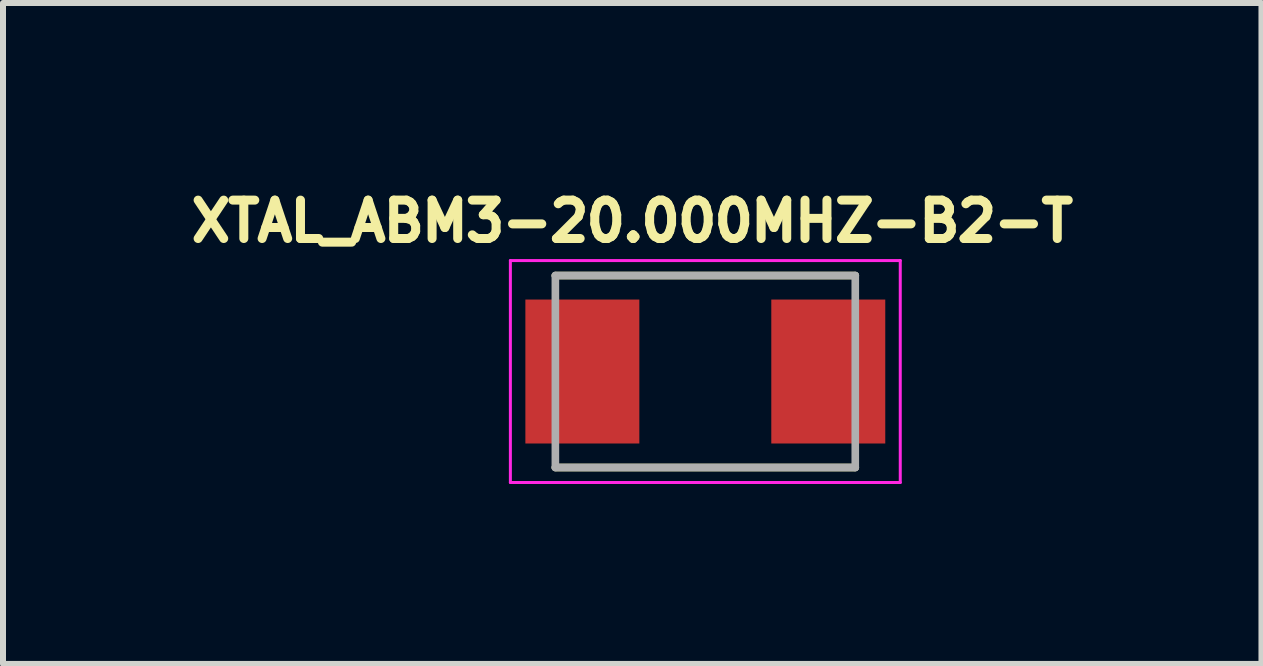
<source format=kicad_pcb>
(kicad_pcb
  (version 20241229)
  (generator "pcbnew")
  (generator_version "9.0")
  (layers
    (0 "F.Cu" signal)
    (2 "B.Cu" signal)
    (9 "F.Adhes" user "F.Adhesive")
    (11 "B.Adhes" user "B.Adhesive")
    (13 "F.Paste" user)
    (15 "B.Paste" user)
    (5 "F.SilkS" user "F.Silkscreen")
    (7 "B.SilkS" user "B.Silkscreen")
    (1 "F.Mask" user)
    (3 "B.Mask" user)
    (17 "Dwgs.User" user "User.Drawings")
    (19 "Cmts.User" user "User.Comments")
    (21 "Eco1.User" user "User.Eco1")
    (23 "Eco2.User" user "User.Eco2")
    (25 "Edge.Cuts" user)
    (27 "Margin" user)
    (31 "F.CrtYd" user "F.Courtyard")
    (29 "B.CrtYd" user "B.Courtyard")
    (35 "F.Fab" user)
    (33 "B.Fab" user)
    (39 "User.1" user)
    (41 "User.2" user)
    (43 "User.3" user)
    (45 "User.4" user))
  (footprint "XTAL_ABM3-20.000MHZ-B2-T"
    (layer "F.Cu")
    (at 8.709 3.144)
    (property "Reference" "XTAL_ABM3-20.000MHZ-B2-T" (at -1.218 -2.506 0) (layer "F.SilkS") (effects (font (size 0.64 0.64) (thickness 0.15))))
    (attr smd)
    (fp_line (start -2.5 -1.6) (end 2.5 -1.6) (stroke (width 0.127) (type solid)) (layer "F.SilkS"))
    (fp_line (start -2.5 1.6) (end 2.5 1.6) (stroke (width 0.127) (type solid)) (layer "F.SilkS"))
    (fp_line (start -3.25 -1.85) (end -3.25 1.85) (stroke (width 0.05) (type solid)) (layer "F.CrtYd"))
    (fp_line (start -3.25 1.85) (end 3.25 1.85) (stroke (width 0.05) (type solid)) (layer "F.CrtYd"))
    (fp_line (start 3.25 -1.85) (end -3.25 -1.85) (stroke (width 0.05) (type solid)) (layer "F.CrtYd"))
    (fp_line (start 3.25 1.85) (end 3.25 -1.85) (stroke (width 0.05) (type solid)) (layer "F.CrtYd"))
    (fp_line (start -2.5 -1.6) (end -2.5 1.6) (stroke (width 0.127) (type solid)) (layer "F.Fab"))
    (fp_line (start -2.5 -1.6) (end 2.5 -1.6) (stroke (width 0.127) (type solid)) (layer "F.Fab"))
    (fp_line (start -2.5 1.6) (end 2.5 1.6) (stroke (width 0.127) (type solid)) (layer "F.Fab"))
    (fp_line (start 2.5 -1.6) (end 2.5 1.6) (stroke (width 0.127) (type solid)) (layer "F.Fab"))
    (pad "1" smd rect (at -2.05 0) (size 1.9 2.4) (layers "F.Cu" "F.Mask" "F.Paste"))
    (pad "2" smd rect (at 2.05 0) (size 1.9 2.4) (layers "F.Cu" "F.Mask" "F.Paste")))
  (gr_rect
    (start -3 -3)
    (end 17.981 8.019)
    (stroke (width 0.1) (type default))
    (fill no)
    (layer "Edge.Cuts")))
</source>
